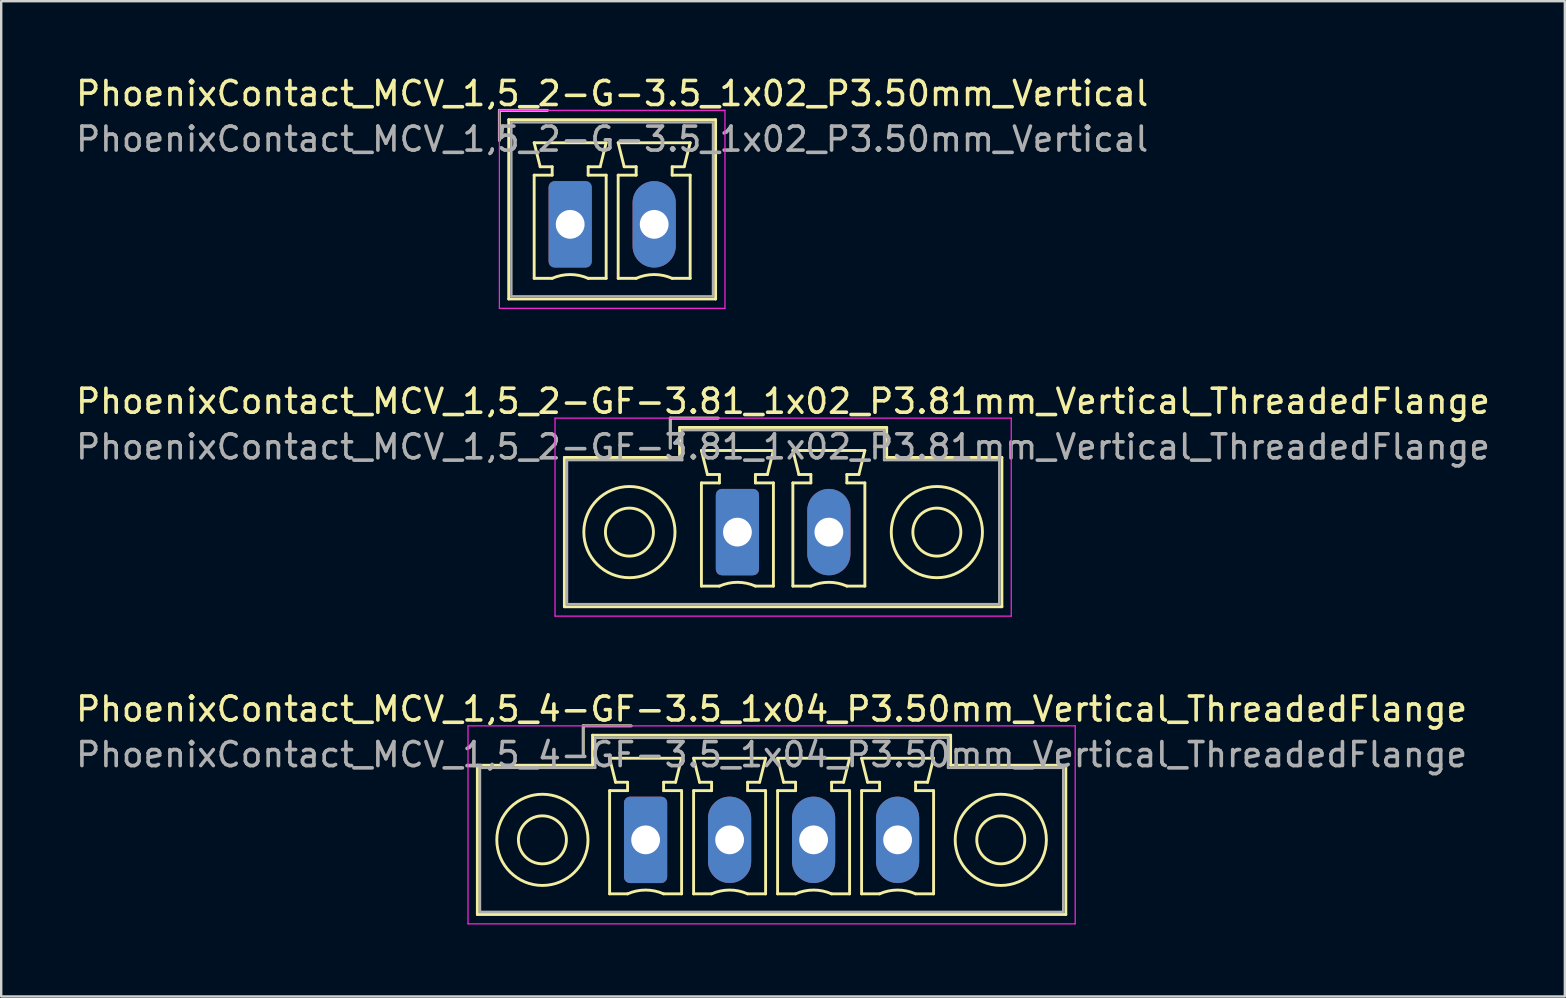
<source format=kicad_pcb>
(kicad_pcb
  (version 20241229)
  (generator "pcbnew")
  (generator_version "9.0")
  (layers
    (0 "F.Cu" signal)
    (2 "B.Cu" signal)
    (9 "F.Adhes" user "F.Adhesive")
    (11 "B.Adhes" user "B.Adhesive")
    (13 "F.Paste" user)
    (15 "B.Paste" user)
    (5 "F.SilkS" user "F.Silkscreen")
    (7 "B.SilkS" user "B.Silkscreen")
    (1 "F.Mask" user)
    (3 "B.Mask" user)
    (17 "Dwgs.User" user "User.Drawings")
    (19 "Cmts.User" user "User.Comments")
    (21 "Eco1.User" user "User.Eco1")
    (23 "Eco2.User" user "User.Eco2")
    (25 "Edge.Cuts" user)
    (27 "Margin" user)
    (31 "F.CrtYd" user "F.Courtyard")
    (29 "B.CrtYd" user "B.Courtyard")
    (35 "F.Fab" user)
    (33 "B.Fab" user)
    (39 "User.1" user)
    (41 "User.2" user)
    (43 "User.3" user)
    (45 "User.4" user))
  (footprint "PhoenixContact_MCV_1,5_2-GF-3.81_1x02_P3.81mm_Vertical_ThreadedFlange"
    (layer "F.Cu")
    (at 27.677 19.122)
    (property "Reference" "PhoenixContact_MCV_1,5_2-GF-3.81_1x02_P3.81mm_Vertical_ThreadedFlange" (at 1.9 -5.45 0) (layer "F.SilkS") (effects (font (size 1 1) (thickness 0.15))))
    (attr through_hole)
    (fp_line (start -7.21 -3.11) (end -7.21 3.11) (stroke (width 0.12) (type solid)) (layer "F.SilkS"))
    (fp_line (start -7.21 3.11) (end 11.02 3.11) (stroke (width 0.12) (type solid)) (layer "F.SilkS"))
    (fp_line (start -2.8 -4.75) (end -0.8 -4.75) (stroke (width 0.12) (type solid)) (layer "F.SilkS"))
    (fp_line (start -2.8 -3.5) (end -2.8 -4.75) (stroke (width 0.12) (type solid)) (layer "F.SilkS"))
    (fp_line (start -2.41 -4.36) (end -2.41 -3.11) (stroke (width 0.12) (type solid)) (layer "F.SilkS"))
    (fp_line (start -2.41 -3.11) (end -7.21 -3.11) (stroke (width 0.12) (type solid)) (layer "F.SilkS"))
    (fp_line (start -1.5 -3.4) (end 1.5 -3.4) (stroke (width 0.12) (type solid)) (layer "F.SilkS"))
    (fp_line (start -1.5 -2.05) (end -0.75 -2.05) (stroke (width 0.12) (type solid)) (layer "F.SilkS"))
    (fp_line (start -1.5 2.25) (end -1.5 -2.05) (stroke (width 0.12) (type solid)) (layer "F.SilkS"))
    (fp_line (start -1.25 -2.4) (end -1.5 -3.4) (stroke (width 0.12) (type solid)) (layer "F.SilkS"))
    (fp_line (start -0.75 -2.4) (end -1.25 -2.4) (stroke (width 0.12) (type solid)) (layer "F.SilkS"))
    (fp_line (start -0.75 -2.05) (end -0.75 -2.4) (stroke (width 0.12) (type solid)) (layer "F.SilkS"))
    (fp_line (start -0.75 2.25) (end -1.5 2.25) (stroke (width 0.12) (type solid)) (layer "F.SilkS"))
    (fp_line (start 0.75 -2.4) (end 0.75 -2.05) (stroke (width 0.12) (type solid)) (layer "F.SilkS"))
    (fp_line (start 0.75 -2.05) (end 1.5 -2.05) (stroke (width 0.12) (type solid)) (layer "F.SilkS"))
    (fp_line (start 1.25 -2.4) (end 0.75 -2.4) (stroke (width 0.12) (type solid)) (layer "F.SilkS"))
    (fp_line (start 1.5 -3.4) (end 1.25 -2.4) (stroke (width 0.12) (type solid)) (layer "F.SilkS"))
    (fp_line (start 1.5 -2.05) (end 1.5 2.25) (stroke (width 0.12) (type solid)) (layer "F.SilkS"))
    (fp_line (start 1.5 2.25) (end 0.75 2.25) (stroke (width 0.12) (type solid)) (layer "F.SilkS"))
    (fp_line (start 2.31 -3.4) (end 5.31 -3.4) (stroke (width 0.12) (type solid)) (layer "F.SilkS"))
    (fp_line (start 2.31 -2.05) (end 3.06 -2.05) (stroke (width 0.12) (type solid)) (layer "F.SilkS"))
    (fp_line (start 2.31 2.25) (end 2.31 -2.05) (stroke (width 0.12) (type solid)) (layer "F.SilkS"))
    (fp_line (start 2.56 -2.4) (end 2.31 -3.4) (stroke (width 0.12) (type solid)) (layer "F.SilkS"))
    (fp_line (start 3.06 -2.4) (end 2.56 -2.4) (stroke (width 0.12) (type solid)) (layer "F.SilkS"))
    (fp_line (start 3.06 -2.05) (end 3.06 -2.4) (stroke (width 0.12) (type solid)) (layer "F.SilkS"))
    (fp_line (start 3.06 2.25) (end 2.31 2.25) (stroke (width 0.12) (type solid)) (layer "F.SilkS"))
    (fp_line (start 4.56 -2.4) (end 4.56 -2.05) (stroke (width 0.12) (type solid)) (layer "F.SilkS"))
    (fp_line (start 4.56 -2.05) (end 5.31 -2.05) (stroke (width 0.12) (type solid)) (layer "F.SilkS"))
    (fp_line (start 5.06 -2.4) (end 4.56 -2.4) (stroke (width 0.12) (type solid)) (layer "F.SilkS"))
    (fp_line (start 5.31 -3.4) (end 5.06 -2.4) (stroke (width 0.12) (type solid)) (layer "F.SilkS"))
    (fp_line (start 5.31 -2.05) (end 5.31 2.25) (stroke (width 0.12) (type solid)) (layer "F.SilkS"))
    (fp_line (start 5.31 2.25) (end 4.56 2.25) (stroke (width 0.12) (type solid)) (layer "F.SilkS"))
    (fp_line (start 6.22 -4.36) (end -2.41 -4.36) (stroke (width 0.12) (type solid)) (layer "F.SilkS"))
    (fp_line (start 6.22 -3.11) (end 6.22 -4.36) (stroke (width 0.12) (type solid)) (layer "F.SilkS"))
    (fp_line (start 11.02 -3.11) (end 6.22 -3.11) (stroke (width 0.12) (type solid)) (layer "F.SilkS"))
    (fp_line (start 11.02 3.11) (end 11.02 -3.11) (stroke (width 0.12) (type solid)) (layer "F.SilkS"))
    (fp_arc (start -0.75 2.25) (mid -0.000193 2.09191) (end 0.749647 2.249844) (stroke (width 0.12) (type solid)) (layer "F.SilkS"))
    (fp_arc (start 3.06 2.25) (mid 3.809807 2.09191) (end 4.559647 2.249844) (stroke (width 0.12) (type solid)) (layer "F.SilkS"))
    (fp_circle (center -4.5 0) (end -3.5 0) (stroke (width 0.12) (type solid)) (fill no) (layer "F.SilkS"))
    (fp_circle (center -4.5 0) (end -2.6 0) (stroke (width 0.12) (type solid)) (fill no) (layer "F.SilkS"))
    (fp_circle (center 8.31 0) (end 9.31 0) (stroke (width 0.12) (type solid)) (fill no) (layer "F.SilkS"))
    (fp_circle (center 8.31 0) (end 10.21 0) (stroke (width 0.12) (type solid)) (fill no) (layer "F.SilkS"))
    (fp_line (start -7.6 -4.75) (end -7.6 3.5) (stroke (width 0.05) (type solid)) (layer "F.CrtYd"))
    (fp_line (start -7.6 3.5) (end 11.41 3.5) (stroke (width 0.05) (type solid)) (layer "F.CrtYd"))
    (fp_line (start 11.41 -4.75) (end -7.6 -4.75) (stroke (width 0.05) (type solid)) (layer "F.CrtYd"))
    (fp_line (start 11.41 3.5) (end 11.41 -4.75) (stroke (width 0.05) (type solid)) (layer "F.CrtYd"))
    (fp_line (start -7.1 -3) (end -7.1 3) (stroke (width 0.1) (type solid)) (layer "F.Fab"))
    (fp_line (start -7.1 3) (end 10.91 3) (stroke (width 0.1) (type solid)) (layer "F.Fab"))
    (fp_line (start -2.8 -4.75) (end -0.8 -4.75) (stroke (width 0.1) (type solid)) (layer "F.Fab"))
    (fp_line (start -2.8 -3.5) (end -2.8 -4.75) (stroke (width 0.1) (type solid)) (layer "F.Fab"))
    (fp_line (start -2.3 -4.25) (end -2.3 -3) (stroke (width 0.1) (type solid)) (layer "F.Fab"))
    (fp_line (start -2.3 -3) (end -7.1 -3) (stroke (width 0.1) (type solid)) (layer "F.Fab"))
    (fp_line (start 6.11 -4.25) (end -2.3 -4.25) (stroke (width 0.1) (type solid)) (layer "F.Fab"))
    (fp_line (start 6.11 -3) (end 6.11 -4.25) (stroke (width 0.1) (type solid)) (layer "F.Fab"))
    (fp_line (start 10.91 -3) (end 6.11 -3) (stroke (width 0.1) (type solid)) (layer "F.Fab"))
    (fp_line (start 10.91 3) (end 10.91 -3) (stroke (width 0.1) (type solid)) (layer "F.Fab"))
    (fp_text user "${REFERENCE}" (at 1.9 -3.55 0) (layer "F.Fab") (effects (font (size 1 1) (thickness 0.15))))
    (pad "1" thru_hole roundrect (at 0 0) (size 1.8 3.6) (drill 1.2) (layers "*.Cu" "*.Mask") (roundrect_rratio 0.139))
    (pad "2" thru_hole oval (at 3.81 0) (size 1.8 3.6) (drill 1.2) (layers "*.Cu" "*.Mask")))
  (footprint "PhoenixContact_MCV_1,5_2-G-3.5_1x02_P3.50mm_Vertical"
    (layer "F.Cu")
    (at 20.708 6.298)
    (property "Reference" "PhoenixContact_MCV_1,5_2-G-3.5_1x02_P3.50mm_Vertical" (at 1.75 -5.45 0) (layer "F.SilkS") (effects (font (size 1 1) (thickness 0.15))))
    (attr through_hole)
    (fp_line (start -2.95 -4.75) (end -0.95 -4.75) (stroke (width 0.12) (type solid)) (layer "F.SilkS"))
    (fp_line (start -2.95 -3.5) (end -2.95 -4.75) (stroke (width 0.12) (type solid)) (layer "F.SilkS"))
    (fp_line (start -2.56 -4.36) (end -2.56 3.11) (stroke (width 0.12) (type solid)) (layer "F.SilkS"))
    (fp_line (start -2.56 3.11) (end 6.06 3.11) (stroke (width 0.12) (type solid)) (layer "F.SilkS"))
    (fp_line (start -1.5 -3.4) (end 1.5 -3.4) (stroke (width 0.12) (type solid)) (layer "F.SilkS"))
    (fp_line (start -1.5 -2.05) (end -0.75 -2.05) (stroke (width 0.12) (type solid)) (layer "F.SilkS"))
    (fp_line (start -1.5 2.25) (end -1.5 -2.05) (stroke (width 0.12) (type solid)) (layer "F.SilkS"))
    (fp_line (start -1.25 -2.4) (end -1.5 -3.4) (stroke (width 0.12) (type solid)) (layer "F.SilkS"))
    (fp_line (start -0.75 -2.4) (end -1.25 -2.4) (stroke (width 0.12) (type solid)) (layer "F.SilkS"))
    (fp_line (start -0.75 -2.05) (end -0.75 -2.4) (stroke (width 0.12) (type solid)) (layer "F.SilkS"))
    (fp_line (start -0.75 2.25) (end -1.5 2.25) (stroke (width 0.12) (type solid)) (layer "F.SilkS"))
    (fp_line (start 0.75 -2.4) (end 0.75 -2.05) (stroke (width 0.12) (type solid)) (layer "F.SilkS"))
    (fp_line (start 0.75 -2.05) (end 1.5 -2.05) (stroke (width 0.12) (type solid)) (layer "F.SilkS"))
    (fp_line (start 1.25 -2.4) (end 0.75 -2.4) (stroke (width 0.12) (type solid)) (layer "F.SilkS"))
    (fp_line (start 1.5 -3.4) (end 1.25 -2.4) (stroke (width 0.12) (type solid)) (layer "F.SilkS"))
    (fp_line (start 1.5 -2.05) (end 1.5 2.25) (stroke (width 0.12) (type solid)) (layer "F.SilkS"))
    (fp_line (start 1.5 2.25) (end 0.75 2.25) (stroke (width 0.12) (type solid)) (layer "F.SilkS"))
    (fp_line (start 2 -3.4) (end 5 -3.4) (stroke (width 0.12) (type solid)) (layer "F.SilkS"))
    (fp_line (start 2 -2.05) (end 2.75 -2.05) (stroke (width 0.12) (type solid)) (layer "F.SilkS"))
    (fp_line (start 2 2.25) (end 2 -2.05) (stroke (width 0.12) (type solid)) (layer "F.SilkS"))
    (fp_line (start 2.25 -2.4) (end 2 -3.4) (stroke (width 0.12) (type solid)) (layer "F.SilkS"))
    (fp_line (start 2.75 -2.4) (end 2.25 -2.4) (stroke (width 0.12) (type solid)) (layer "F.SilkS"))
    (fp_line (start 2.75 -2.05) (end 2.75 -2.4) (stroke (width 0.12) (type solid)) (layer "F.SilkS"))
    (fp_line (start 2.75 2.25) (end 2 2.25) (stroke (width 0.12) (type solid)) (layer "F.SilkS"))
    (fp_line (start 4.25 -2.4) (end 4.25 -2.05) (stroke (width 0.12) (type solid)) (layer "F.SilkS"))
    (fp_line (start 4.25 -2.05) (end 5 -2.05) (stroke (width 0.12) (type solid)) (layer "F.SilkS"))
    (fp_line (start 4.75 -2.4) (end 4.25 -2.4) (stroke (width 0.12) (type solid)) (layer "F.SilkS"))
    (fp_line (start 5 -3.4) (end 4.75 -2.4) (stroke (width 0.12) (type solid)) (layer "F.SilkS"))
    (fp_line (start 5 -2.05) (end 5 2.25) (stroke (width 0.12) (type solid)) (layer "F.SilkS"))
    (fp_line (start 5 2.25) (end 4.25 2.25) (stroke (width 0.12) (type solid)) (layer "F.SilkS"))
    (fp_line (start 6.06 -4.36) (end -2.56 -4.36) (stroke (width 0.12) (type solid)) (layer "F.SilkS"))
    (fp_line (start 6.06 3.11) (end 6.06 -4.36) (stroke (width 0.12) (type solid)) (layer "F.SilkS"))
    (fp_arc (start -0.75 2.25) (mid -0.000193 2.09191) (end 0.749647 2.249844) (stroke (width 0.12) (type solid)) (layer "F.SilkS"))
    (fp_arc (start 2.75 2.25) (mid 3.499807 2.09191) (end 4.249647 2.249844) (stroke (width 0.12) (type solid)) (layer "F.SilkS"))
    (fp_line (start -2.95 -4.75) (end -2.95 3.5) (stroke (width 0.05) (type solid)) (layer "F.CrtYd"))
    (fp_line (start -2.95 3.5) (end 6.45 3.5) (stroke (width 0.05) (type solid)) (layer "F.CrtYd"))
    (fp_line (start 6.45 -4.75) (end -2.95 -4.75) (stroke (width 0.05) (type solid)) (layer "F.CrtYd"))
    (fp_line (start 6.45 3.5) (end 6.45 -4.75) (stroke (width 0.05) (type solid)) (layer "F.CrtYd"))
    (fp_line (start -2.95 -4.75) (end -0.95 -4.75) (stroke (width 0.1) (type solid)) (layer "F.Fab"))
    (fp_line (start -2.95 -3.5) (end -2.95 -4.75) (stroke (width 0.1) (type solid)) (layer "F.Fab"))
    (fp_line (start -2.45 -4.25) (end -2.45 3) (stroke (width 0.1) (type solid)) (layer "F.Fab"))
    (fp_line (start -2.45 3) (end 5.95 3) (stroke (width 0.1) (type solid)) (layer "F.Fab"))
    (fp_line (start 5.95 -4.25) (end -2.45 -4.25) (stroke (width 0.1) (type solid)) (layer "F.Fab"))
    (fp_line (start 5.95 3) (end 5.95 -4.25) (stroke (width 0.1) (type solid)) (layer "F.Fab"))
    (fp_text user "${REFERENCE}" (at 1.75 -3.55 0) (layer "F.Fab") (effects (font (size 1 1) (thickness 0.15))))
    (pad "1" thru_hole roundrect (at 0 0) (size 1.8 3.6) (drill 1.2) (layers "*.Cu" "*.Mask") (roundrect_rratio 0.139))
    (pad "2" thru_hole oval (at 3.5 0) (size 1.8 3.6) (drill 1.2) (layers "*.Cu" "*.Mask")))
  (footprint "PhoenixContact_MCV_1,5_4-GF-3.5_1x04_P3.50mm_Vertical_ThreadedFlange"
    (layer "F.Cu")
    (at 23.851 31.945)
    (property "Reference" "PhoenixContact_MCV_1,5_4-GF-3.5_1x04_P3.50mm_Vertical_ThreadedFlange" (at 5.25 -5.45 0) (layer "F.SilkS") (effects (font (size 1 1) (thickness 0.15))))
    (attr through_hole)
    (fp_line (start -7.01 -3.11) (end -7.01 3.11) (stroke (width 0.12) (type solid)) (layer "F.SilkS"))
    (fp_line (start -7.01 3.11) (end 17.51 3.11) (stroke (width 0.12) (type solid)) (layer "F.SilkS"))
    (fp_line (start -2.6 -4.75) (end -0.6 -4.75) (stroke (width 0.12) (type solid)) (layer "F.SilkS"))
    (fp_line (start -2.6 -3.5) (end -2.6 -4.75) (stroke (width 0.12) (type solid)) (layer "F.SilkS"))
    (fp_line (start -2.21 -4.36) (end -2.21 -3.11) (stroke (width 0.12) (type solid)) (layer "F.SilkS"))
    (fp_line (start -2.21 -3.11) (end -7.01 -3.11) (stroke (width 0.12) (type solid)) (layer "F.SilkS"))
    (fp_line (start -1.5 -3.4) (end 1.5 -3.4) (stroke (width 0.12) (type solid)) (layer "F.SilkS"))
    (fp_line (start -1.5 -2.05) (end -0.75 -2.05) (stroke (width 0.12) (type solid)) (layer "F.SilkS"))
    (fp_line (start -1.5 2.25) (end -1.5 -2.05) (stroke (width 0.12) (type solid)) (layer "F.SilkS"))
    (fp_line (start -1.25 -2.4) (end -1.5 -3.4) (stroke (width 0.12) (type solid)) (layer "F.SilkS"))
    (fp_line (start -0.75 -2.4) (end -1.25 -2.4) (stroke (width 0.12) (type solid)) (layer "F.SilkS"))
    (fp_line (start -0.75 -2.05) (end -0.75 -2.4) (stroke (width 0.12) (type solid)) (layer "F.SilkS"))
    (fp_line (start -0.75 2.25) (end -1.5 2.25) (stroke (width 0.12) (type solid)) (layer "F.SilkS"))
    (fp_line (start 0.75 -2.4) (end 0.75 -2.05) (stroke (width 0.12) (type solid)) (layer "F.SilkS"))
    (fp_line (start 0.75 -2.05) (end 1.5 -2.05) (stroke (width 0.12) (type solid)) (layer "F.SilkS"))
    (fp_line (start 1.25 -2.4) (end 0.75 -2.4) (stroke (width 0.12) (type solid)) (layer "F.SilkS"))
    (fp_line (start 1.5 -3.4) (end 1.25 -2.4) (stroke (width 0.12) (type solid)) (layer "F.SilkS"))
    (fp_line (start 1.5 -2.05) (end 1.5 2.25) (stroke (width 0.12) (type solid)) (layer "F.SilkS"))
    (fp_line (start 1.5 2.25) (end 0.75 2.25) (stroke (width 0.12) (type solid)) (layer "F.SilkS"))
    (fp_line (start 2 -3.4) (end 5 -3.4) (stroke (width 0.12) (type solid)) (layer "F.SilkS"))
    (fp_line (start 2 -2.05) (end 2.75 -2.05) (stroke (width 0.12) (type solid)) (layer "F.SilkS"))
    (fp_line (start 2 2.25) (end 2 -2.05) (stroke (width 0.12) (type solid)) (layer "F.SilkS"))
    (fp_line (start 2.25 -2.4) (end 2 -3.4) (stroke (width 0.12) (type solid)) (layer "F.SilkS"))
    (fp_line (start 2.75 -2.4) (end 2.25 -2.4) (stroke (width 0.12) (type solid)) (layer "F.SilkS"))
    (fp_line (start 2.75 -2.05) (end 2.75 -2.4) (stroke (width 0.12) (type solid)) (layer "F.SilkS"))
    (fp_line (start 2.75 2.25) (end 2 2.25) (stroke (width 0.12) (type solid)) (layer "F.SilkS"))
    (fp_line (start 4.25 -2.4) (end 4.25 -2.05) (stroke (width 0.12) (type solid)) (layer "F.SilkS"))
    (fp_line (start 4.25 -2.05) (end 5 -2.05) (stroke (width 0.12) (type solid)) (layer "F.SilkS"))
    (fp_line (start 4.75 -2.4) (end 4.25 -2.4) (stroke (width 0.12) (type solid)) (layer "F.SilkS"))
    (fp_line (start 5 -3.4) (end 4.75 -2.4) (stroke (width 0.12) (type solid)) (layer "F.SilkS"))
    (fp_line (start 5 -2.05) (end 5 2.25) (stroke (width 0.12) (type solid)) (layer "F.SilkS"))
    (fp_line (start 5 2.25) (end 4.25 2.25) (stroke (width 0.12) (type solid)) (layer "F.SilkS"))
    (fp_line (start 5.5 -3.4) (end 8.5 -3.4) (stroke (width 0.12) (type solid)) (layer "F.SilkS"))
    (fp_line (start 5.5 -2.05) (end 6.25 -2.05) (stroke (width 0.12) (type solid)) (layer "F.SilkS"))
    (fp_line (start 5.5 2.25) (end 5.5 -2.05) (stroke (width 0.12) (type solid)) (layer "F.SilkS"))
    (fp_line (start 5.75 -2.4) (end 5.5 -3.4) (stroke (width 0.12) (type solid)) (layer "F.SilkS"))
    (fp_line (start 6.25 -2.4) (end 5.75 -2.4) (stroke (width 0.12) (type solid)) (layer "F.SilkS"))
    (fp_line (start 6.25 -2.05) (end 6.25 -2.4) (stroke (width 0.12) (type solid)) (layer "F.SilkS"))
    (fp_line (start 6.25 2.25) (end 5.5 2.25) (stroke (width 0.12) (type solid)) (layer "F.SilkS"))
    (fp_line (start 7.75 -2.4) (end 7.75 -2.05) (stroke (width 0.12) (type solid)) (layer "F.SilkS"))
    (fp_line (start 7.75 -2.05) (end 8.5 -2.05) (stroke (width 0.12) (type solid)) (layer "F.SilkS"))
    (fp_line (start 8.25 -2.4) (end 7.75 -2.4) (stroke (width 0.12) (type solid)) (layer "F.SilkS"))
    (fp_line (start 8.5 -3.4) (end 8.25 -2.4) (stroke (width 0.12) (type solid)) (layer "F.SilkS"))
    (fp_line (start 8.5 -2.05) (end 8.5 2.25) (stroke (width 0.12) (type solid)) (layer "F.SilkS"))
    (fp_line (start 8.5 2.25) (end 7.75 2.25) (stroke (width 0.12) (type solid)) (layer "F.SilkS"))
    (fp_line (start 9 -3.4) (end 12 -3.4) (stroke (width 0.12) (type solid)) (layer "F.SilkS"))
    (fp_line (start 9 -2.05) (end 9.75 -2.05) (stroke (width 0.12) (type solid)) (layer "F.SilkS"))
    (fp_line (start 9 2.25) (end 9 -2.05) (stroke (width 0.12) (type solid)) (layer "F.SilkS"))
    (fp_line (start 9.25 -2.4) (end 9 -3.4) (stroke (width 0.12) (type solid)) (layer "F.SilkS"))
    (fp_line (start 9.75 -2.4) (end 9.25 -2.4) (stroke (width 0.12) (type solid)) (layer "F.SilkS"))
    (fp_line (start 9.75 -2.05) (end 9.75 -2.4) (stroke (width 0.12) (type solid)) (layer "F.SilkS"))
    (fp_line (start 9.75 2.25) (end 9 2.25) (stroke (width 0.12) (type solid)) (layer "F.SilkS"))
    (fp_line (start 11.25 -2.4) (end 11.25 -2.05) (stroke (width 0.12) (type solid)) (layer "F.SilkS"))
    (fp_line (start 11.25 -2.05) (end 12 -2.05) (stroke (width 0.12) (type solid)) (layer "F.SilkS"))
    (fp_line (start 11.75 -2.4) (end 11.25 -2.4) (stroke (width 0.12) (type solid)) (layer "F.SilkS"))
    (fp_line (start 12 -3.4) (end 11.75 -2.4) (stroke (width 0.12) (type solid)) (layer "F.SilkS"))
    (fp_line (start 12 -2.05) (end 12 2.25) (stroke (width 0.12) (type solid)) (layer "F.SilkS"))
    (fp_line (start 12 2.25) (end 11.25 2.25) (stroke (width 0.12) (type solid)) (layer "F.SilkS"))
    (fp_line (start 12.71 -4.36) (end -2.21 -4.36) (stroke (width 0.12) (type solid)) (layer "F.SilkS"))
    (fp_line (start 12.71 -3.11) (end 12.71 -4.36) (stroke (width 0.12) (type solid)) (layer "F.SilkS"))
    (fp_line (start 17.51 -3.11) (end 12.71 -3.11) (stroke (width 0.12) (type solid)) (layer "F.SilkS"))
    (fp_line (start 17.51 3.11) (end 17.51 -3.11) (stroke (width 0.12) (type solid)) (layer "F.SilkS"))
    (fp_arc (start -0.75 2.25) (mid -0.000193 2.09191) (end 0.749647 2.249844) (stroke (width 0.12) (type solid)) (layer "F.SilkS"))
    (fp_arc (start 2.75 2.25) (mid 3.499807 2.09191) (end 4.249647 2.249844) (stroke (width 0.12) (type solid)) (layer "F.SilkS"))
    (fp_arc (start 6.25 2.25) (mid 6.999807 2.09191) (end 7.749647 2.249844) (stroke (width 0.12) (type solid)) (layer "F.SilkS"))
    (fp_arc (start 9.75 2.25) (mid 10.499807 2.09191) (end 11.249647 2.249844) (stroke (width 0.12) (type solid)) (layer "F.SilkS"))
    (fp_circle (center -4.3 0) (end -3.3 0) (stroke (width 0.12) (type solid)) (fill no) (layer "F.SilkS"))
    (fp_circle (center -4.3 0) (end -2.4 0) (stroke (width 0.12) (type solid)) (fill no) (layer "F.SilkS"))
    (fp_circle (center 14.8 0) (end 15.8 0) (stroke (width 0.12) (type solid)) (fill no) (layer "F.SilkS"))
    (fp_circle (center 14.8 0) (end 16.7 0) (stroke (width 0.12) (type solid)) (fill no) (layer "F.SilkS"))
    (fp_line (start -7.4 -4.75) (end -7.4 3.5) (stroke (width 0.05) (type solid)) (layer "F.CrtYd"))
    (fp_line (start -7.4 3.5) (end 17.9 3.5) (stroke (width 0.05) (type solid)) (layer "F.CrtYd"))
    (fp_line (start 17.9 -4.75) (end -7.4 -4.75) (stroke (width 0.05) (type solid)) (layer "F.CrtYd"))
    (fp_line (start 17.9 3.5) (end 17.9 -4.75) (stroke (width 0.05) (type solid)) (layer "F.CrtYd"))
    (fp_line (start -6.9 -3) (end -6.9 3) (stroke (width 0.1) (type solid)) (layer "F.Fab"))
    (fp_line (start -6.9 3) (end 17.4 3) (stroke (width 0.1) (type solid)) (layer "F.Fab"))
    (fp_line (start -2.6 -4.75) (end -0.6 -4.75) (stroke (width 0.1) (type solid)) (layer "F.Fab"))
    (fp_line (start -2.6 -3.5) (end -2.6 -4.75) (stroke (width 0.1) (type solid)) (layer "F.Fab"))
    (fp_line (start -2.1 -4.25) (end -2.1 -3) (stroke (width 0.1) (type solid)) (layer "F.Fab"))
    (fp_line (start -2.1 -3) (end -6.9 -3) (stroke (width 0.1) (type solid)) (layer "F.Fab"))
    (fp_line (start 12.6 -4.25) (end -2.1 -4.25) (stroke (width 0.1) (type solid)) (layer "F.Fab"))
    (fp_line (start 12.6 -3) (end 12.6 -4.25) (stroke (width 0.1) (type solid)) (layer "F.Fab"))
    (fp_line (start 17.4 -3) (end 12.6 -3) (stroke (width 0.1) (type solid)) (layer "F.Fab"))
    (fp_line (start 17.4 3) (end 17.4 -3) (stroke (width 0.1) (type solid)) (layer "F.Fab"))
    (fp_text user "${REFERENCE}" (at 5.25 -3.55 0) (layer "F.Fab") (effects (font (size 1 1) (thickness 0.15))))
    (pad "1" thru_hole roundrect (at 0 0) (size 1.8 3.6) (drill 1.2) (layers "*.Cu" "*.Mask") (roundrect_rratio 0.139))
    (pad "2" thru_hole oval (at 3.5 0) (size 1.8 3.6) (drill 1.2) (layers "*.Cu" "*.Mask"))
    (pad "3" thru_hole oval (at 7 0) (size 1.8 3.6) (drill 1.2) (layers "*.Cu" "*.Mask"))
    (pad "4" thru_hole oval (at 10.5 0) (size 1.8 3.6) (drill 1.2) (layers "*.Cu" "*.Mask")))
  (gr_rect
    (start -3 -3)
    (end 62.155 38.47)
    (stroke (width 0.1) (type default))
    (fill no)
    (layer "Edge.Cuts")))
</source>
